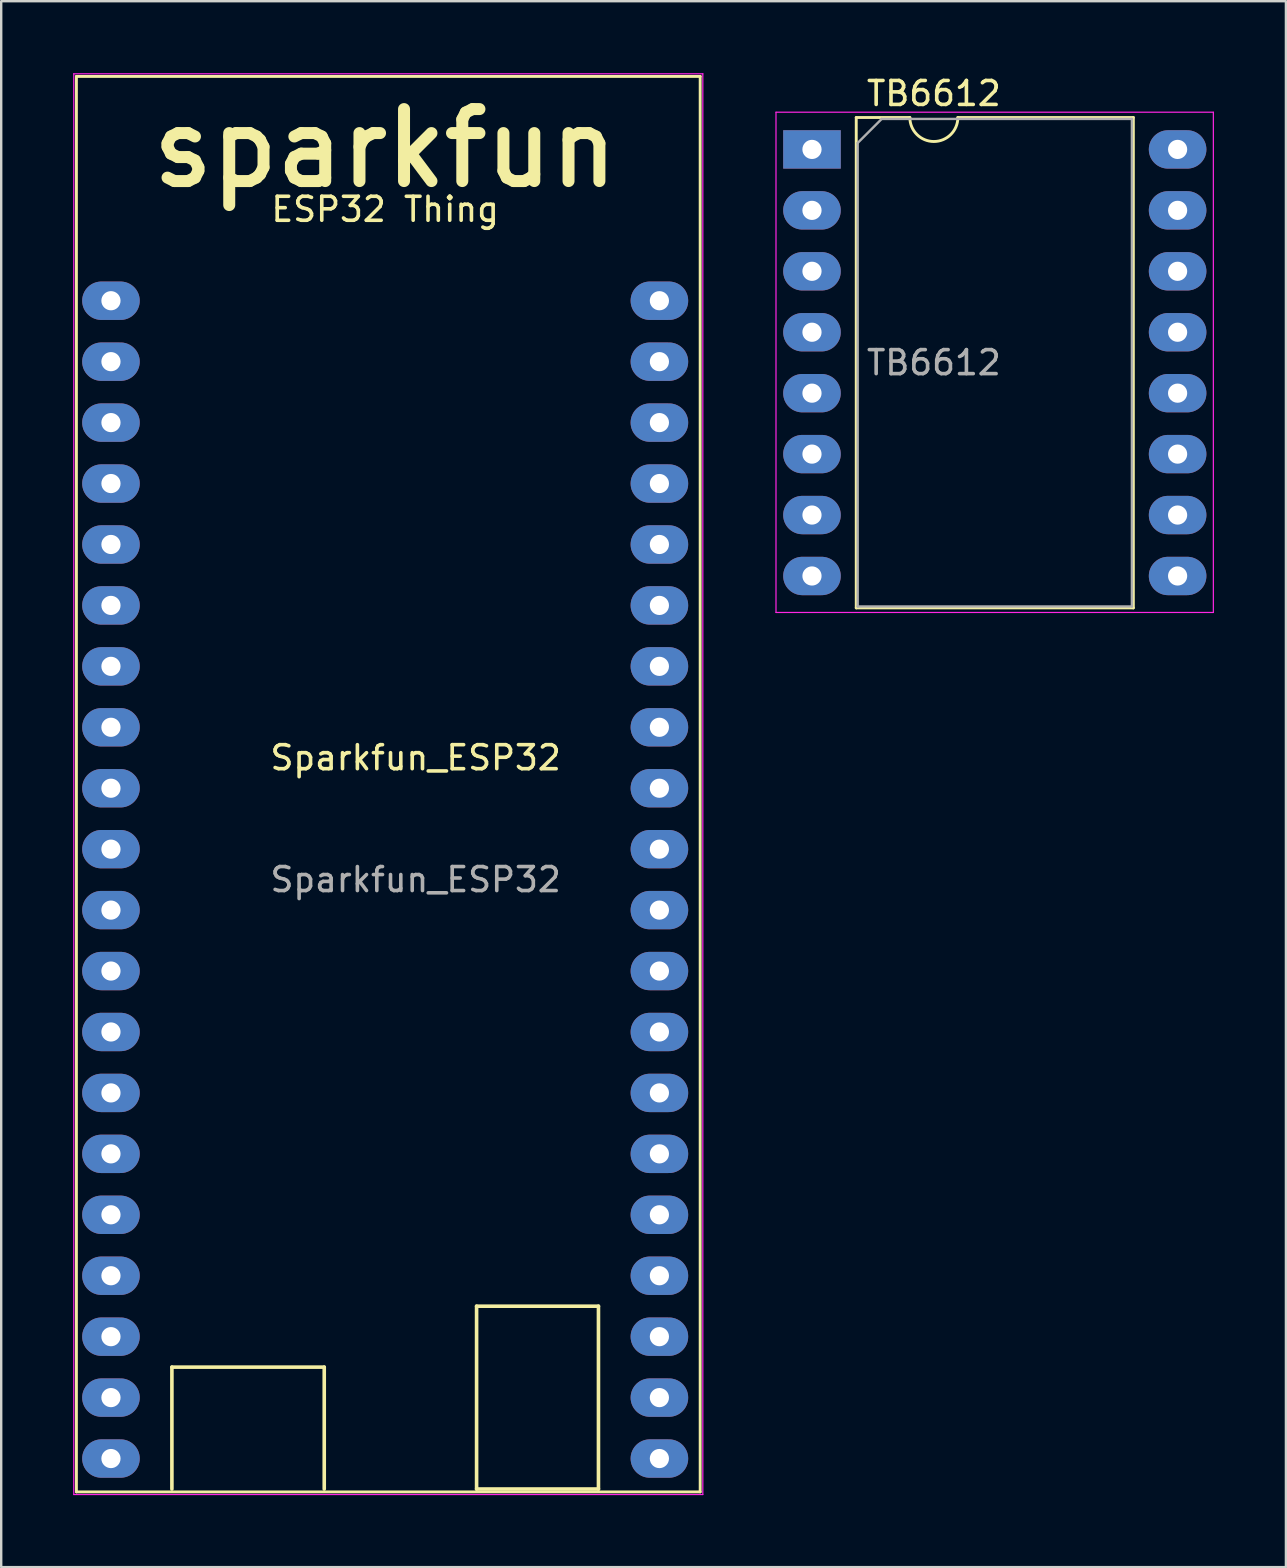
<source format=kicad_pcb>
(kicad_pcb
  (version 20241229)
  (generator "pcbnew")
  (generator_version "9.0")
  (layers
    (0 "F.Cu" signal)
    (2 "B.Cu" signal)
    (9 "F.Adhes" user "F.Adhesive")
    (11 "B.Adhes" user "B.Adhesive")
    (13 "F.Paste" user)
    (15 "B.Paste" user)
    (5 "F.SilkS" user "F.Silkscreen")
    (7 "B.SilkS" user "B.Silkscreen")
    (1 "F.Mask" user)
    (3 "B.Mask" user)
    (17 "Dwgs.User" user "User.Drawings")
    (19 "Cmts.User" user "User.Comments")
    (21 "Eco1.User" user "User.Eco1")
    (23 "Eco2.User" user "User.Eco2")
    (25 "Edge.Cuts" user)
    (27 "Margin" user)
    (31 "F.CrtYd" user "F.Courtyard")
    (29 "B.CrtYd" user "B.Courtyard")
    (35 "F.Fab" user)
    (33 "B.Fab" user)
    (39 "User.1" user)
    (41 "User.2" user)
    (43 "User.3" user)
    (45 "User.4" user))
  (footprint "Sparkfun_ESP32"
    (layer "F.Cu")
    (at 1.575 9.485)
    (property "Reference" "Sparkfun_ESP32" (at 12.7 19.05 0) (layer "F.SilkS") (effects (font (size 1 1) (thickness 0.15))))
    (attr through_hole)
    (fp_line (start -1.44 -9.35) (end -1.44 49.65) (stroke (width 0.12) (type solid)) (layer "F.SilkS"))
    (fp_line (start -1.44 49.65) (end 24.56 49.65) (stroke (width 0.12) (type solid)) (layer "F.SilkS"))
    (fp_line (start 2.54 44.45) (end 2.54 49.53) (stroke (width 0.15) (type solid)) (layer "F.SilkS"))
    (fp_line (start 8.89 44.45) (end 2.54 44.45) (stroke (width 0.15) (type solid)) (layer "F.SilkS"))
    (fp_line (start 8.89 49.53) (end 8.89 44.45) (stroke (width 0.15) (type solid)) (layer "F.SilkS"))
    (fp_line (start 15.24 41.91) (end 15.24 49.53) (stroke (width 0.15) (type solid)) (layer "F.SilkS"))
    (fp_line (start 15.24 49.53) (end 20.32 49.53) (stroke (width 0.15) (type solid)) (layer "F.SilkS"))
    (fp_line (start 20.32 41.91) (end 15.24 41.91) (stroke (width 0.15) (type solid)) (layer "F.SilkS"))
    (fp_line (start 20.32 49.53) (end 20.32 41.91) (stroke (width 0.15) (type solid)) (layer "F.SilkS"))
    (fp_line (start 24.56 -9.35) (end -1.44 -9.35) (stroke (width 0.12) (type solid)) (layer "F.SilkS"))
    (fp_line (start 24.56 49.65) (end 24.56 -9.35) (stroke (width 0.12) (type solid)) (layer "F.SilkS"))
    (fp_line (start -1.55 -9.46) (end -1.55 49.76) (stroke (width 0.05) (type solid)) (layer "F.CrtYd"))
    (fp_line (start -1.55 49.76) (end 24.67 49.76) (stroke (width 0.05) (type solid)) (layer "F.CrtYd"))
    (fp_line (start 24.67 -9.46) (end -1.55 -9.46) (stroke (width 0.05) (type solid)) (layer "F.CrtYd"))
    (fp_line (start 24.67 49.76) (end 24.67 -9.46) (stroke (width 0.05) (type solid)) (layer "F.CrtYd"))
    (fp_text user "sparkfun" (at 11.43 -6.35 0) (layer "F.SilkS") (effects (font (size 3 3) (thickness 0.5))))
    (fp_text user "ESP32 Thing" (at 11.43 -3.81 0) (layer "F.SilkS") (effects (font (size 1 1) (thickness 0.15))))
    (fp_text user "${REFERENCE}" (at 12.7 24.13 0) (layer "F.Fab") (effects (font (size 1 1) (thickness 0.15))))
    (pad "1" thru_hole oval (at 0 48.26) (size 2.4 1.6) (drill 0.8) (layers "*.Cu" "*.Mask"))
    (pad "2" thru_hole oval (at 0 45.72) (size 2.4 1.6) (drill 0.8) (layers "*.Cu" "*.Mask"))
    (pad "3" thru_hole oval (at 0 43.18) (size 2.4 1.6) (drill 0.8) (layers "*.Cu" "*.Mask"))
    (pad "4" thru_hole oval (at 0 40.64) (size 2.4 1.6) (drill 0.8) (layers "*.Cu" "*.Mask"))
    (pad "5" thru_hole oval (at 0 38.1) (size 2.4 1.6) (drill 0.8) (layers "*.Cu" "*.Mask"))
    (pad "6" thru_hole oval (at 0 35.56) (size 2.4 1.6) (drill 0.8) (layers "*.Cu" "*.Mask"))
    (pad "7" thru_hole oval (at 0 33.02) (size 2.4 1.6) (drill 0.8) (layers "*.Cu" "*.Mask"))
    (pad "8" thru_hole oval (at 0 30.48) (size 2.4 1.6) (drill 0.8) (layers "*.Cu" "*.Mask"))
    (pad "9" thru_hole oval (at 0 27.94) (size 2.4 1.6) (drill 0.8) (layers "*.Cu" "*.Mask"))
    (pad "10" thru_hole oval (at 0 25.4) (size 2.4 1.6) (drill 0.8) (layers "*.Cu" "*.Mask"))
    (pad "11" thru_hole oval (at 0 22.86) (size 2.4 1.6) (drill 0.8) (layers "*.Cu" "*.Mask"))
    (pad "12" thru_hole oval (at 0 20.32) (size 2.4 1.6) (drill 0.8) (layers "*.Cu" "*.Mask"))
    (pad "13" thru_hole oval (at 0 17.78) (size 2.4 1.6) (drill 0.8) (layers "*.Cu" "*.Mask"))
    (pad "14" thru_hole oval (at 0 15.24) (size 2.4 1.6) (drill 0.8) (layers "*.Cu" "*.Mask"))
    (pad "15" thru_hole oval (at 0 12.7) (size 2.4 1.6) (drill 0.8) (layers "*.Cu" "*.Mask"))
    (pad "16" thru_hole oval (at 0 10.16) (size 2.4 1.6) (drill 0.8) (layers "*.Cu" "*.Mask"))
    (pad "17" thru_hole oval (at 0 7.62) (size 2.4 1.6) (drill 0.8) (layers "*.Cu" "*.Mask"))
    (pad "18" thru_hole oval (at 0 5.08) (size 2.4 1.6) (drill 0.8) (layers "*.Cu" "*.Mask"))
    (pad "19" thru_hole oval (at 0 2.54) (size 2.4 1.6) (drill 0.8) (layers "*.Cu" "*.Mask"))
    (pad "20" thru_hole oval (at 0 0) (size 2.4 1.6) (drill 0.8) (layers "*.Cu" "*.Mask"))
    (pad "21" thru_hole oval (at 22.86 0) (size 2.4 1.6) (drill 0.8) (layers "*.Cu" "*.Mask"))
    (pad "22" thru_hole oval (at 22.86 2.54) (size 2.4 1.6) (drill 0.8) (layers "*.Cu" "*.Mask"))
    (pad "23" thru_hole oval (at 22.86 5.08) (size 2.4 1.6) (drill 0.8) (layers "*.Cu" "*.Mask"))
    (pad "24" thru_hole oval (at 22.86 7.62) (size 2.4 1.6) (drill 0.8) (layers "*.Cu" "*.Mask"))
    (pad "25" thru_hole oval (at 22.86 10.16) (size 2.4 1.6) (drill 0.8) (layers "*.Cu" "*.Mask"))
    (pad "26" thru_hole oval (at 22.86 12.7) (size 2.4 1.6) (drill 0.8) (layers "*.Cu" "*.Mask"))
    (pad "27" thru_hole oval (at 22.86 15.24) (size 2.4 1.6) (drill 0.8) (layers "*.Cu" "*.Mask"))
    (pad "28" thru_hole oval (at 22.86 17.78) (size 2.4 1.6) (drill 0.8) (layers "*.Cu" "*.Mask"))
    (pad "29" thru_hole oval (at 22.86 20.32) (size 2.4 1.6) (drill 0.8) (layers "*.Cu" "*.Mask"))
    (pad "30" thru_hole oval (at 22.86 22.86) (size 2.4 1.6) (drill 0.8) (layers "*.Cu" "*.Mask"))
    (pad "31" thru_hole oval (at 22.86 25.4) (size 2.4 1.6) (drill 0.8) (layers "*.Cu" "*.Mask"))
    (pad "32" thru_hole oval (at 22.86 27.94) (size 2.4 1.6) (drill 0.8) (layers "*.Cu" "*.Mask"))
    (pad "33" thru_hole oval (at 22.86 30.48) (size 2.4 1.6) (drill 0.8) (layers "*.Cu" "*.Mask"))
    (pad "34" thru_hole oval (at 22.86 33.02) (size 2.4 1.6) (drill 0.8) (layers "*.Cu" "*.Mask"))
    (pad "35" thru_hole oval (at 22.86 35.56) (size 2.4 1.6) (drill 0.8) (layers "*.Cu" "*.Mask"))
    (pad "36" thru_hole oval (at 22.86 38.1) (size 2.4 1.6) (drill 0.8) (layers "*.Cu" "*.Mask"))
    (pad "37" thru_hole oval (at 22.86 40.64) (size 2.4 1.6) (drill 0.8) (layers "*.Cu" "*.Mask"))
    (pad "38" thru_hole oval (at 22.86 43.18) (size 2.4 1.6) (drill 0.8) (layers "*.Cu" "*.Mask"))
    (pad "39" thru_hole oval (at 22.86 45.72) (size 2.4 1.6) (drill 0.8) (layers "*.Cu" "*.Mask"))
    (pad "40" thru_hole oval (at 22.86 48.26) (size 2.4 1.6) (drill 0.8) (layers "*.Cu" "*.Mask")))
  (footprint "TB6612"
    (layer "F.Cu")
    (at 30.795 3.178)
    (property "Reference" "TB6612" (at 5.08 -2.33 0) (layer "F.SilkS") (effects (font (size 1 1) (thickness 0.15))))
    (attr through_hole)
    (fp_line (start 1.845 -1.33) (end 1.845 19.11) (stroke (width 0.12) (type solid)) (layer "F.SilkS"))
    (fp_line (start 1.845 19.11) (end 13.395 19.11) (stroke (width 0.12) (type solid)) (layer "F.SilkS"))
    (fp_line (start 4.08 -1.33) (end 1.845 -1.33) (stroke (width 0.12) (type solid)) (layer "F.SilkS"))
    (fp_line (start 13.395 -1.33) (end 6.08 -1.33) (stroke (width 0.12) (type solid)) (layer "F.SilkS"))
    (fp_line (start 13.395 19.11) (end 13.395 -1.33) (stroke (width 0.12) (type solid)) (layer "F.SilkS"))
    (fp_arc (start 6.08 -1.33) (mid 5.08 -0.33) (end 4.08 -1.33) (stroke (width 0.12) (type solid)) (layer "F.SilkS"))
    (fp_line (start -1.5 -1.55) (end -1.5 19.3) (stroke (width 0.05) (type solid)) (layer "F.CrtYd"))
    (fp_line (start -1.5 19.3) (end 16.73 19.3) (stroke (width 0.05) (type solid)) (layer "F.CrtYd"))
    (fp_line (start 16.73 -1.55) (end -1.5 -1.55) (stroke (width 0.05) (type solid)) (layer "F.CrtYd"))
    (fp_line (start 16.73 19.3) (end 16.73 -1.55) (stroke (width 0.05) (type solid)) (layer "F.CrtYd"))
    (fp_line (start 1.905 -0.27) (end 2.905 -1.27) (stroke (width 0.1) (type solid)) (layer "F.Fab"))
    (fp_line (start 1.905 19.05) (end 1.905 -0.27) (stroke (width 0.1) (type solid)) (layer "F.Fab"))
    (fp_line (start 2.905 -1.27) (end 13.335 -1.27) (stroke (width 0.1) (type solid)) (layer "F.Fab"))
    (fp_line (start 13.335 -1.27) (end 13.335 19.05) (stroke (width 0.1) (type solid)) (layer "F.Fab"))
    (fp_line (start 13.335 19.05) (end 1.905 19.05) (stroke (width 0.1) (type solid)) (layer "F.Fab"))
    (fp_text user "${REFERENCE}" (at 5.08 8.89 0) (layer "F.Fab") (effects (font (size 1 1) (thickness 0.15))))
    (pad "1" thru_hole rect (at 0 0) (size 2.4 1.6) (drill 0.8) (layers "*.Cu" "*.Mask"))
    (pad "2" thru_hole oval (at 0 2.54) (size 2.4 1.6) (drill 0.8) (layers "*.Cu" "*.Mask"))
    (pad "3" thru_hole oval (at 0 5.08) (size 2.4 1.6) (drill 0.8) (layers "*.Cu" "*.Mask"))
    (pad "4" thru_hole oval (at 0 7.62) (size 2.4 1.6) (drill 0.8) (layers "*.Cu" "*.Mask"))
    (pad "5" thru_hole oval (at 0 10.16) (size 2.4 1.6) (drill 0.8) (layers "*.Cu" "*.Mask"))
    (pad "6" thru_hole oval (at 0 12.7) (size 2.4 1.6) (drill 0.8) (layers "*.Cu" "*.Mask"))
    (pad "7" thru_hole oval (at 0 15.24) (size 2.4 1.6) (drill 0.8) (layers "*.Cu" "*.Mask"))
    (pad "8" thru_hole oval (at 0 17.78) (size 2.4 1.6) (drill 0.8) (layers "*.Cu" "*.Mask"))
    (pad "9" thru_hole oval (at 15.24 17.78) (size 2.4 1.6) (drill 0.8) (layers "*.Cu" "*.Mask"))
    (pad "10" thru_hole oval (at 15.24 15.24) (size 2.4 1.6) (drill 0.8) (layers "*.Cu" "*.Mask"))
    (pad "11" thru_hole oval (at 15.24 12.7) (size 2.4 1.6) (drill 0.8) (layers "*.Cu" "*.Mask"))
    (pad "12" thru_hole oval (at 15.24 10.16) (size 2.4 1.6) (drill 0.8) (layers "*.Cu" "*.Mask"))
    (pad "13" thru_hole oval (at 15.24 7.62) (size 2.4 1.6) (drill 0.8) (layers "*.Cu" "*.Mask"))
    (pad "14" thru_hole oval (at 15.24 5.08) (size 2.4 1.6) (drill 0.8) (layers "*.Cu" "*.Mask"))
    (pad "15" thru_hole oval (at 15.24 2.54) (size 2.4 1.6) (drill 0.8) (layers "*.Cu" "*.Mask"))
    (pad "16" thru_hole oval (at 15.24 0) (size 2.4 1.6) (drill 0.8) (layers "*.Cu" "*.Mask")))
  (gr_rect
    (start -3 -3)
    (end 50.55 62.27)
    (stroke (width 0.1) (type default))
    (fill no)
    (layer "Edge.Cuts")))
</source>
